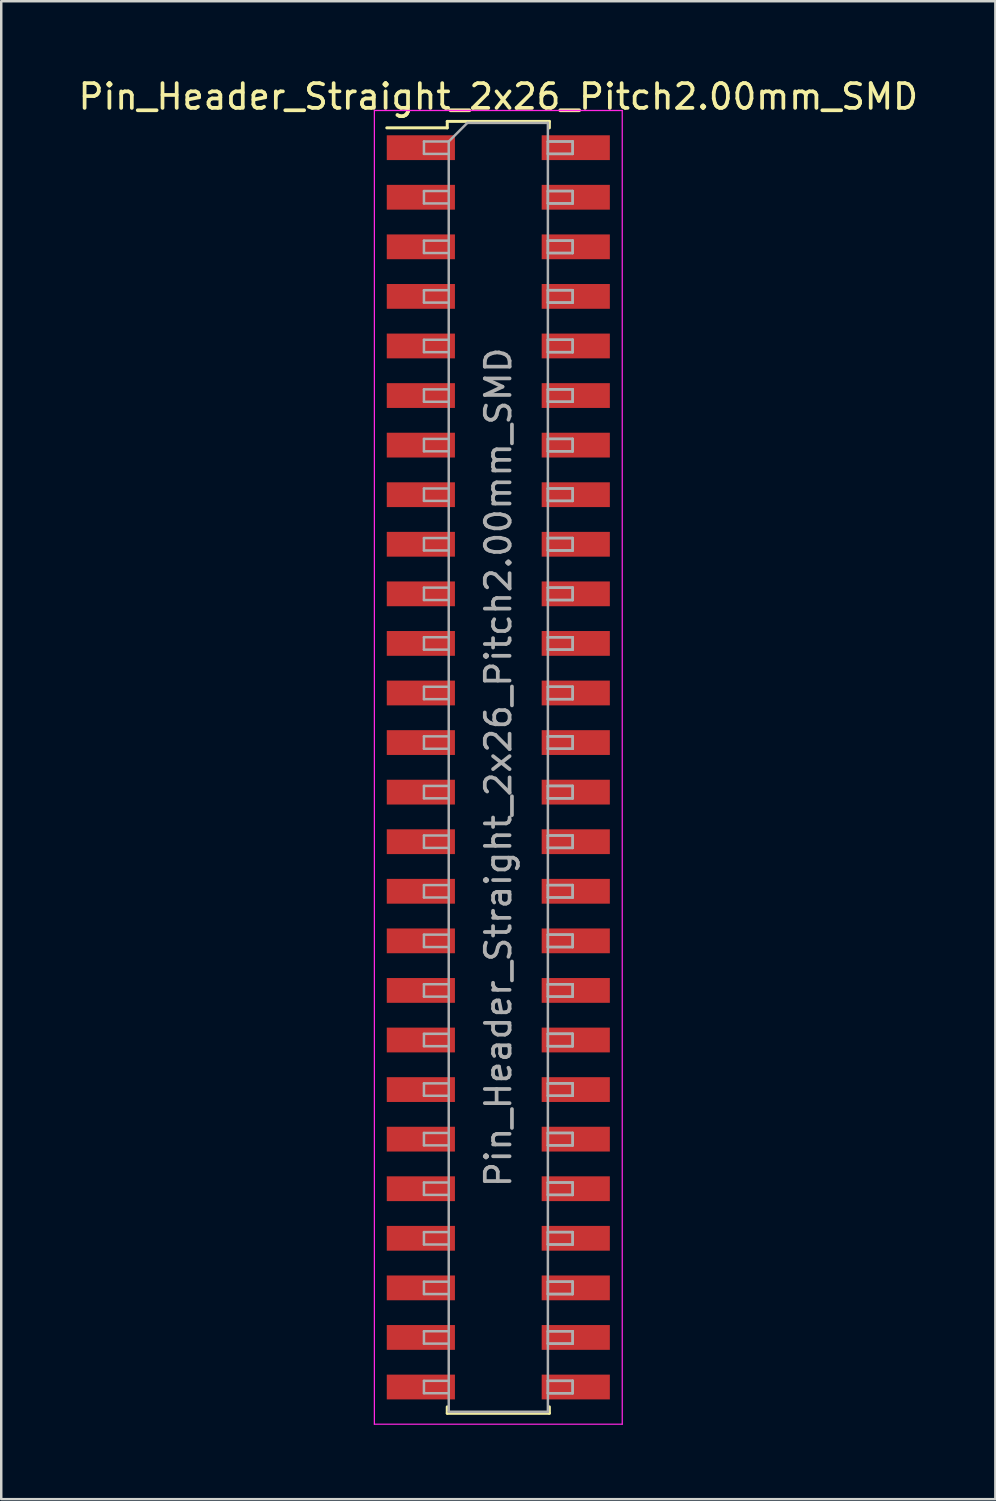
<source format=kicad_pcb>
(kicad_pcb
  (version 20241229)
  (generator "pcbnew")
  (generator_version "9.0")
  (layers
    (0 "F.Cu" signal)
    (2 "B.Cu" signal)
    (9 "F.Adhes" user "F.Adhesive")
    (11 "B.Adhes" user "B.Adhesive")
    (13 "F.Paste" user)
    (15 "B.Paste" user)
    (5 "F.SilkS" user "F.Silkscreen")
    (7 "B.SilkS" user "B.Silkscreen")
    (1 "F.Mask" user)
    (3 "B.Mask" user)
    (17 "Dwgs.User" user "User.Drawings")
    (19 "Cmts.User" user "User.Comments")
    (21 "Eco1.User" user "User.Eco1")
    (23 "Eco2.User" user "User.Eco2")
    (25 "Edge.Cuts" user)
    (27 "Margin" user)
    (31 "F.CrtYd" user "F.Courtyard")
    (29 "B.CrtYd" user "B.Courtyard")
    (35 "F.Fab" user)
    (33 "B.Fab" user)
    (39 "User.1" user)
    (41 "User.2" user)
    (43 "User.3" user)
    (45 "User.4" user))
  (footprint "Pin_Header_Straight_2x26_Pitch2.00mm_SMD"
    (layer "F.Cu")
    (at 17.054 27.908)
    (property "Reference" "Pin_Header_Straight_2x26_Pitch2.00mm_SMD" (at 0 -27.06 0) (layer "F.SilkS") (effects (font (size 1 1) (thickness 0.15))))
    (attr smd)
    (fp_line (start -4.5 -25.8) (end -2.06 -25.8) (stroke (width 0.12) (type solid)) (layer "F.SilkS"))
    (fp_line (start -2.06 -26.06) (end 2.06 -26.06) (stroke (width 0.12) (type solid)) (layer "F.SilkS"))
    (fp_line (start -2.06 -25.8) (end -2.06 -26.06) (stroke (width 0.12) (type solid)) (layer "F.SilkS"))
    (fp_line (start -2.06 25.8) (end -2.06 26.06) (stroke (width 0.12) (type solid)) (layer "F.SilkS"))
    (fp_line (start -2.06 26.06) (end 2.06 26.06) (stroke (width 0.12) (type solid)) (layer "F.SilkS"))
    (fp_line (start 2.06 -26.06) (end 2.06 -25.8) (stroke (width 0.12) (type solid)) (layer "F.SilkS"))
    (fp_line (start 2.06 26.06) (end 2.06 25.8) (stroke (width 0.12) (type solid)) (layer "F.SilkS"))
    (fp_line (start -5 -26.5) (end -5 26.5) (stroke (width 0.05) (type solid)) (layer "F.CrtYd"))
    (fp_line (start -5 26.5) (end 5 26.5) (stroke (width 0.05) (type solid)) (layer "F.CrtYd"))
    (fp_line (start 5 -26.5) (end -5 -26.5) (stroke (width 0.05) (type solid)) (layer "F.CrtYd"))
    (fp_line (start 5 26.5) (end 5 -26.5) (stroke (width 0.05) (type solid)) (layer "F.CrtYd"))
    (fp_line (start -3 -25.25) (end -3 -24.75) (stroke (width 0.1) (type solid)) (layer "F.Fab"))
    (fp_line (start -3 -24.75) (end -2 -24.75) (stroke (width 0.1) (type solid)) (layer "F.Fab"))
    (fp_line (start -3 -23.25) (end -3 -22.75) (stroke (width 0.1) (type solid)) (layer "F.Fab"))
    (fp_line (start -3 -22.75) (end -2 -22.75) (stroke (width 0.1) (type solid)) (layer "F.Fab"))
    (fp_line (start -3 -21.25) (end -3 -20.75) (stroke (width 0.1) (type solid)) (layer "F.Fab"))
    (fp_line (start -3 -20.75) (end -2 -20.75) (stroke (width 0.1) (type solid)) (layer "F.Fab"))
    (fp_line (start -3 -19.25) (end -3 -18.75) (stroke (width 0.1) (type solid)) (layer "F.Fab"))
    (fp_line (start -3 -18.75) (end -2 -18.75) (stroke (width 0.1) (type solid)) (layer "F.Fab"))
    (fp_line (start -3 -17.25) (end -3 -16.75) (stroke (width 0.1) (type solid)) (layer "F.Fab"))
    (fp_line (start -3 -16.75) (end -2 -16.75) (stroke (width 0.1) (type solid)) (layer "F.Fab"))
    (fp_line (start -3 -15.25) (end -3 -14.75) (stroke (width 0.1) (type solid)) (layer "F.Fab"))
    (fp_line (start -3 -14.75) (end -2 -14.75) (stroke (width 0.1) (type solid)) (layer "F.Fab"))
    (fp_line (start -3 -13.25) (end -3 -12.75) (stroke (width 0.1) (type solid)) (layer "F.Fab"))
    (fp_line (start -3 -12.75) (end -2 -12.75) (stroke (width 0.1) (type solid)) (layer "F.Fab"))
    (fp_line (start -3 -11.25) (end -3 -10.75) (stroke (width 0.1) (type solid)) (layer "F.Fab"))
    (fp_line (start -3 -10.75) (end -2 -10.75) (stroke (width 0.1) (type solid)) (layer "F.Fab"))
    (fp_line (start -3 -9.25) (end -3 -8.75) (stroke (width 0.1) (type solid)) (layer "F.Fab"))
    (fp_line (start -3 -8.75) (end -2 -8.75) (stroke (width 0.1) (type solid)) (layer "F.Fab"))
    (fp_line (start -3 -7.25) (end -3 -6.75) (stroke (width 0.1) (type solid)) (layer "F.Fab"))
    (fp_line (start -3 -6.75) (end -2 -6.75) (stroke (width 0.1) (type solid)) (layer "F.Fab"))
    (fp_line (start -3 -5.25) (end -3 -4.75) (stroke (width 0.1) (type solid)) (layer "F.Fab"))
    (fp_line (start -3 -4.75) (end -2 -4.75) (stroke (width 0.1) (type solid)) (layer "F.Fab"))
    (fp_line (start -3 -3.25) (end -3 -2.75) (stroke (width 0.1) (type solid)) (layer "F.Fab"))
    (fp_line (start -3 -2.75) (end -2 -2.75) (stroke (width 0.1) (type solid)) (layer "F.Fab"))
    (fp_line (start -3 -1.25) (end -3 -0.75) (stroke (width 0.1) (type solid)) (layer "F.Fab"))
    (fp_line (start -3 -0.75) (end -2 -0.75) (stroke (width 0.1) (type solid)) (layer "F.Fab"))
    (fp_line (start -3 0.75) (end -3 1.25) (stroke (width 0.1) (type solid)) (layer "F.Fab"))
    (fp_line (start -3 1.25) (end -2 1.25) (stroke (width 0.1) (type solid)) (layer "F.Fab"))
    (fp_line (start -3 2.75) (end -3 3.25) (stroke (width 0.1) (type solid)) (layer "F.Fab"))
    (fp_line (start -3 3.25) (end -2 3.25) (stroke (width 0.1) (type solid)) (layer "F.Fab"))
    (fp_line (start -3 4.75) (end -3 5.25) (stroke (width 0.1) (type solid)) (layer "F.Fab"))
    (fp_line (start -3 5.25) (end -2 5.25) (stroke (width 0.1) (type solid)) (layer "F.Fab"))
    (fp_line (start -3 6.75) (end -3 7.25) (stroke (width 0.1) (type solid)) (layer "F.Fab"))
    (fp_line (start -3 7.25) (end -2 7.25) (stroke (width 0.1) (type solid)) (layer "F.Fab"))
    (fp_line (start -3 8.75) (end -3 9.25) (stroke (width 0.1) (type solid)) (layer "F.Fab"))
    (fp_line (start -3 9.25) (end -2 9.25) (stroke (width 0.1) (type solid)) (layer "F.Fab"))
    (fp_line (start -3 10.75) (end -3 11.25) (stroke (width 0.1) (type solid)) (layer "F.Fab"))
    (fp_line (start -3 11.25) (end -2 11.25) (stroke (width 0.1) (type solid)) (layer "F.Fab"))
    (fp_line (start -3 12.75) (end -3 13.25) (stroke (width 0.1) (type solid)) (layer "F.Fab"))
    (fp_line (start -3 13.25) (end -2 13.25) (stroke (width 0.1) (type solid)) (layer "F.Fab"))
    (fp_line (start -3 14.75) (end -3 15.25) (stroke (width 0.1) (type solid)) (layer "F.Fab"))
    (fp_line (start -3 15.25) (end -2 15.25) (stroke (width 0.1) (type solid)) (layer "F.Fab"))
    (fp_line (start -3 16.75) (end -3 17.25) (stroke (width 0.1) (type solid)) (layer "F.Fab"))
    (fp_line (start -3 17.25) (end -2 17.25) (stroke (width 0.1) (type solid)) (layer "F.Fab"))
    (fp_line (start -3 18.75) (end -3 19.25) (stroke (width 0.1) (type solid)) (layer "F.Fab"))
    (fp_line (start -3 19.25) (end -2 19.25) (stroke (width 0.1) (type solid)) (layer "F.Fab"))
    (fp_line (start -3 20.75) (end -3 21.25) (stroke (width 0.1) (type solid)) (layer "F.Fab"))
    (fp_line (start -3 21.25) (end -2 21.25) (stroke (width 0.1) (type solid)) (layer "F.Fab"))
    (fp_line (start -3 22.75) (end -3 23.25) (stroke (width 0.1) (type solid)) (layer "F.Fab"))
    (fp_line (start -3 23.25) (end -2 23.25) (stroke (width 0.1) (type solid)) (layer "F.Fab"))
    (fp_line (start -3 24.75) (end -3 25.25) (stroke (width 0.1) (type solid)) (layer "F.Fab"))
    (fp_line (start -3 25.25) (end -2 25.25) (stroke (width 0.1) (type solid)) (layer "F.Fab"))
    (fp_line (start -2 -25.25) (end -3 -25.25) (stroke (width 0.1) (type solid)) (layer "F.Fab"))
    (fp_line (start -2 -25.25) (end -1.25 -26) (stroke (width 0.1) (type solid)) (layer "F.Fab"))
    (fp_line (start -2 -23.25) (end -3 -23.25) (stroke (width 0.1) (type solid)) (layer "F.Fab"))
    (fp_line (start -2 -21.25) (end -3 -21.25) (stroke (width 0.1) (type solid)) (layer "F.Fab"))
    (fp_line (start -2 -19.25) (end -3 -19.25) (stroke (width 0.1) (type solid)) (layer "F.Fab"))
    (fp_line (start -2 -17.25) (end -3 -17.25) (stroke (width 0.1) (type solid)) (layer "F.Fab"))
    (fp_line (start -2 -15.25) (end -3 -15.25) (stroke (width 0.1) (type solid)) (layer "F.Fab"))
    (fp_line (start -2 -13.25) (end -3 -13.25) (stroke (width 0.1) (type solid)) (layer "F.Fab"))
    (fp_line (start -2 -11.25) (end -3 -11.25) (stroke (width 0.1) (type solid)) (layer "F.Fab"))
    (fp_line (start -2 -9.25) (end -3 -9.25) (stroke (width 0.1) (type solid)) (layer "F.Fab"))
    (fp_line (start -2 -7.25) (end -3 -7.25) (stroke (width 0.1) (type solid)) (layer "F.Fab"))
    (fp_line (start -2 -5.25) (end -3 -5.25) (stroke (width 0.1) (type solid)) (layer "F.Fab"))
    (fp_line (start -2 -3.25) (end -3 -3.25) (stroke (width 0.1) (type solid)) (layer "F.Fab"))
    (fp_line (start -2 -1.25) (end -3 -1.25) (stroke (width 0.1) (type solid)) (layer "F.Fab"))
    (fp_line (start -2 0.75) (end -3 0.75) (stroke (width 0.1) (type solid)) (layer "F.Fab"))
    (fp_line (start -2 2.75) (end -3 2.75) (stroke (width 0.1) (type solid)) (layer "F.Fab"))
    (fp_line (start -2 4.75) (end -3 4.75) (stroke (width 0.1) (type solid)) (layer "F.Fab"))
    (fp_line (start -2 6.75) (end -3 6.75) (stroke (width 0.1) (type solid)) (layer "F.Fab"))
    (fp_line (start -2 8.75) (end -3 8.75) (stroke (width 0.1) (type solid)) (layer "F.Fab"))
    (fp_line (start -2 10.75) (end -3 10.75) (stroke (width 0.1) (type solid)) (layer "F.Fab"))
    (fp_line (start -2 12.75) (end -3 12.75) (stroke (width 0.1) (type solid)) (layer "F.Fab"))
    (fp_line (start -2 14.75) (end -3 14.75) (stroke (width 0.1) (type solid)) (layer "F.Fab"))
    (fp_line (start -2 16.75) (end -3 16.75) (stroke (width 0.1) (type solid)) (layer "F.Fab"))
    (fp_line (start -2 18.75) (end -3 18.75) (stroke (width 0.1) (type solid)) (layer "F.Fab"))
    (fp_line (start -2 20.75) (end -3 20.75) (stroke (width 0.1) (type solid)) (layer "F.Fab"))
    (fp_line (start -2 22.75) (end -3 22.75) (stroke (width 0.1) (type solid)) (layer "F.Fab"))
    (fp_line (start -2 24.75) (end -3 24.75) (stroke (width 0.1) (type solid)) (layer "F.Fab"))
    (fp_line (start -2 26) (end -2 -25.25) (stroke (width 0.1) (type solid)) (layer "F.Fab"))
    (fp_line (start -1.25 -26) (end 2 -26) (stroke (width 0.1) (type solid)) (layer "F.Fab"))
    (fp_line (start 2 -26) (end 2 26) (stroke (width 0.1) (type solid)) (layer "F.Fab"))
    (fp_line (start 2 -25.25) (end 2 -24.75) (stroke (width 0.1) (type solid)) (layer "F.Fab"))
    (fp_line (start 2 -25.25) (end 3 -25.25) (stroke (width 0.1) (type solid)) (layer "F.Fab"))
    (fp_line (start 2 -24.75) (end 3 -24.75) (stroke (width 0.1) (type solid)) (layer "F.Fab"))
    (fp_line (start 2 -23.25) (end 2 -22.75) (stroke (width 0.1) (type solid)) (layer "F.Fab"))
    (fp_line (start 2 -23.25) (end 3 -23.25) (stroke (width 0.1) (type solid)) (layer "F.Fab"))
    (fp_line (start 2 -22.75) (end 3 -22.75) (stroke (width 0.1) (type solid)) (layer "F.Fab"))
    (fp_line (start 2 -21.25) (end 2 -20.75) (stroke (width 0.1) (type solid)) (layer "F.Fab"))
    (fp_line (start 2 -21.25) (end 3 -21.25) (stroke (width 0.1) (type solid)) (layer "F.Fab"))
    (fp_line (start 2 -20.75) (end 3 -20.75) (stroke (width 0.1) (type solid)) (layer "F.Fab"))
    (fp_line (start 2 -19.25) (end 2 -18.75) (stroke (width 0.1) (type solid)) (layer "F.Fab"))
    (fp_line (start 2 -19.25) (end 3 -19.25) (stroke (width 0.1) (type solid)) (layer "F.Fab"))
    (fp_line (start 2 -18.75) (end 3 -18.75) (stroke (width 0.1) (type solid)) (layer "F.Fab"))
    (fp_line (start 2 -17.25) (end 2 -16.75) (stroke (width 0.1) (type solid)) (layer "F.Fab"))
    (fp_line (start 2 -17.25) (end 3 -17.25) (stroke (width 0.1) (type solid)) (layer "F.Fab"))
    (fp_line (start 2 -16.75) (end 3 -16.75) (stroke (width 0.1) (type solid)) (layer "F.Fab"))
    (fp_line (start 2 -15.25) (end 2 -14.75) (stroke (width 0.1) (type solid)) (layer "F.Fab"))
    (fp_line (start 2 -15.25) (end 3 -15.25) (stroke (width 0.1) (type solid)) (layer "F.Fab"))
    (fp_line (start 2 -14.75) (end 3 -14.75) (stroke (width 0.1) (type solid)) (layer "F.Fab"))
    (fp_line (start 2 -13.25) (end 2 -12.75) (stroke (width 0.1) (type solid)) (layer "F.Fab"))
    (fp_line (start 2 -13.25) (end 3 -13.25) (stroke (width 0.1) (type solid)) (layer "F.Fab"))
    (fp_line (start 2 -12.75) (end 3 -12.75) (stroke (width 0.1) (type solid)) (layer "F.Fab"))
    (fp_line (start 2 -11.25) (end 2 -10.75) (stroke (width 0.1) (type solid)) (layer "F.Fab"))
    (fp_line (start 2 -11.25) (end 3 -11.25) (stroke (width 0.1) (type solid)) (layer "F.Fab"))
    (fp_line (start 2 -10.75) (end 3 -10.75) (stroke (width 0.1) (type solid)) (layer "F.Fab"))
    (fp_line (start 2 -9.25) (end 2 -8.75) (stroke (width 0.1) (type solid)) (layer "F.Fab"))
    (fp_line (start 2 -9.25) (end 3 -9.25) (stroke (width 0.1) (type solid)) (layer "F.Fab"))
    (fp_line (start 2 -8.75) (end 3 -8.75) (stroke (width 0.1) (type solid)) (layer "F.Fab"))
    (fp_line (start 2 -7.25) (end 2 -6.75) (stroke (width 0.1) (type solid)) (layer "F.Fab"))
    (fp_line (start 2 -7.25) (end 3 -7.25) (stroke (width 0.1) (type solid)) (layer "F.Fab"))
    (fp_line (start 2 -6.75) (end 3 -6.75) (stroke (width 0.1) (type solid)) (layer "F.Fab"))
    (fp_line (start 2 -5.25) (end 2 -4.75) (stroke (width 0.1) (type solid)) (layer "F.Fab"))
    (fp_line (start 2 -5.25) (end 3 -5.25) (stroke (width 0.1) (type solid)) (layer "F.Fab"))
    (fp_line (start 2 -4.75) (end 3 -4.75) (stroke (width 0.1) (type solid)) (layer "F.Fab"))
    (fp_line (start 2 -3.25) (end 2 -2.75) (stroke (width 0.1) (type solid)) (layer "F.Fab"))
    (fp_line (start 2 -3.25) (end 3 -3.25) (stroke (width 0.1) (type solid)) (layer "F.Fab"))
    (fp_line (start 2 -2.75) (end 3 -2.75) (stroke (width 0.1) (type solid)) (layer "F.Fab"))
    (fp_line (start 2 -1.25) (end 2 -0.75) (stroke (width 0.1) (type solid)) (layer "F.Fab"))
    (fp_line (start 2 -1.25) (end 3 -1.25) (stroke (width 0.1) (type solid)) (layer "F.Fab"))
    (fp_line (start 2 -0.75) (end 3 -0.75) (stroke (width 0.1) (type solid)) (layer "F.Fab"))
    (fp_line (start 2 0.75) (end 2 1.25) (stroke (width 0.1) (type solid)) (layer "F.Fab"))
    (fp_line (start 2 0.75) (end 3 0.75) (stroke (width 0.1) (type solid)) (layer "F.Fab"))
    (fp_line (start 2 1.25) (end 3 1.25) (stroke (width 0.1) (type solid)) (layer "F.Fab"))
    (fp_line (start 2 2.75) (end 2 3.25) (stroke (width 0.1) (type solid)) (layer "F.Fab"))
    (fp_line (start 2 2.75) (end 3 2.75) (stroke (width 0.1) (type solid)) (layer "F.Fab"))
    (fp_line (start 2 3.25) (end 3 3.25) (stroke (width 0.1) (type solid)) (layer "F.Fab"))
    (fp_line (start 2 4.75) (end 2 5.25) (stroke (width 0.1) (type solid)) (layer "F.Fab"))
    (fp_line (start 2 4.75) (end 3 4.75) (stroke (width 0.1) (type solid)) (layer "F.Fab"))
    (fp_line (start 2 5.25) (end 3 5.25) (stroke (width 0.1) (type solid)) (layer "F.Fab"))
    (fp_line (start 2 6.75) (end 2 7.25) (stroke (width 0.1) (type solid)) (layer "F.Fab"))
    (fp_line (start 2 6.75) (end 3 6.75) (stroke (width 0.1) (type solid)) (layer "F.Fab"))
    (fp_line (start 2 7.25) (end 3 7.25) (stroke (width 0.1) (type solid)) (layer "F.Fab"))
    (fp_line (start 2 8.75) (end 2 9.25) (stroke (width 0.1) (type solid)) (layer "F.Fab"))
    (fp_line (start 2 8.75) (end 3 8.75) (stroke (width 0.1) (type solid)) (layer "F.Fab"))
    (fp_line (start 2 9.25) (end 3 9.25) (stroke (width 0.1) (type solid)) (layer "F.Fab"))
    (fp_line (start 2 10.75) (end 2 11.25) (stroke (width 0.1) (type solid)) (layer "F.Fab"))
    (fp_line (start 2 10.75) (end 3 10.75) (stroke (width 0.1) (type solid)) (layer "F.Fab"))
    (fp_line (start 2 11.25) (end 3 11.25) (stroke (width 0.1) (type solid)) (layer "F.Fab"))
    (fp_line (start 2 12.75) (end 2 13.25) (stroke (width 0.1) (type solid)) (layer "F.Fab"))
    (fp_line (start 2 12.75) (end 3 12.75) (stroke (width 0.1) (type solid)) (layer "F.Fab"))
    (fp_line (start 2 13.25) (end 3 13.25) (stroke (width 0.1) (type solid)) (layer "F.Fab"))
    (fp_line (start 2 14.75) (end 2 15.25) (stroke (width 0.1) (type solid)) (layer "F.Fab"))
    (fp_line (start 2 14.75) (end 3 14.75) (stroke (width 0.1) (type solid)) (layer "F.Fab"))
    (fp_line (start 2 15.25) (end 3 15.25) (stroke (width 0.1) (type solid)) (layer "F.Fab"))
    (fp_line (start 2 16.75) (end 2 17.25) (stroke (width 0.1) (type solid)) (layer "F.Fab"))
    (fp_line (start 2 16.75) (end 3 16.75) (stroke (width 0.1) (type solid)) (layer "F.Fab"))
    (fp_line (start 2 17.25) (end 3 17.25) (stroke (width 0.1) (type solid)) (layer "F.Fab"))
    (fp_line (start 2 18.75) (end 2 19.25) (stroke (width 0.1) (type solid)) (layer "F.Fab"))
    (fp_line (start 2 18.75) (end 3 18.75) (stroke (width 0.1) (type solid)) (layer "F.Fab"))
    (fp_line (start 2 19.25) (end 3 19.25) (stroke (width 0.1) (type solid)) (layer "F.Fab"))
    (fp_line (start 2 20.75) (end 2 21.25) (stroke (width 0.1) (type solid)) (layer "F.Fab"))
    (fp_line (start 2 20.75) (end 3 20.75) (stroke (width 0.1) (type solid)) (layer "F.Fab"))
    (fp_line (start 2 21.25) (end 3 21.25) (stroke (width 0.1) (type solid)) (layer "F.Fab"))
    (fp_line (start 2 22.75) (end 2 23.25) (stroke (width 0.1) (type solid)) (layer "F.Fab"))
    (fp_line (start 2 22.75) (end 3 22.75) (stroke (width 0.1) (type solid)) (layer "F.Fab"))
    (fp_line (start 2 23.25) (end 3 23.25) (stroke (width 0.1) (type solid)) (layer "F.Fab"))
    (fp_line (start 2 24.75) (end 2 25.25) (stroke (width 0.1) (type solid)) (layer "F.Fab"))
    (fp_line (start 2 24.75) (end 3 24.75) (stroke (width 0.1) (type solid)) (layer "F.Fab"))
    (fp_line (start 2 25.25) (end 3 25.25) (stroke (width 0.1) (type solid)) (layer "F.Fab"))
    (fp_line (start 2 26) (end -2 26) (stroke (width 0.1) (type solid)) (layer "F.Fab"))
    (fp_line (start 3 -25.25) (end 2 -25.25) (stroke (width 0.1) (type solid)) (layer "F.Fab"))
    (fp_line (start 3 -25.25) (end 3 -24.75) (stroke (width 0.1) (type solid)) (layer "F.Fab"))
    (fp_line (start 3 -24.75) (end 2 -24.75) (stroke (width 0.1) (type solid)) (layer "F.Fab"))
    (fp_line (start 3 -24.75) (end 3 -25.25) (stroke (width 0.1) (type solid)) (layer "F.Fab"))
    (fp_line (start 3 -23.25) (end 2 -23.25) (stroke (width 0.1) (type solid)) (layer "F.Fab"))
    (fp_line (start 3 -23.25) (end 3 -22.75) (stroke (width 0.1) (type solid)) (layer "F.Fab"))
    (fp_line (start 3 -22.75) (end 2 -22.75) (stroke (width 0.1) (type solid)) (layer "F.Fab"))
    (fp_line (start 3 -22.75) (end 3 -23.25) (stroke (width 0.1) (type solid)) (layer "F.Fab"))
    (fp_line (start 3 -21.25) (end 2 -21.25) (stroke (width 0.1) (type solid)) (layer "F.Fab"))
    (fp_line (start 3 -21.25) (end 3 -20.75) (stroke (width 0.1) (type solid)) (layer "F.Fab"))
    (fp_line (start 3 -20.75) (end 2 -20.75) (stroke (width 0.1) (type solid)) (layer "F.Fab"))
    (fp_line (start 3 -20.75) (end 3 -21.25) (stroke (width 0.1) (type solid)) (layer "F.Fab"))
    (fp_line (start 3 -19.25) (end 2 -19.25) (stroke (width 0.1) (type solid)) (layer "F.Fab"))
    (fp_line (start 3 -19.25) (end 3 -18.75) (stroke (width 0.1) (type solid)) (layer "F.Fab"))
    (fp_line (start 3 -18.75) (end 2 -18.75) (stroke (width 0.1) (type solid)) (layer "F.Fab"))
    (fp_line (start 3 -18.75) (end 3 -19.25) (stroke (width 0.1) (type solid)) (layer "F.Fab"))
    (fp_line (start 3 -17.25) (end 2 -17.25) (stroke (width 0.1) (type solid)) (layer "F.Fab"))
    (fp_line (start 3 -17.25) (end 3 -16.75) (stroke (width 0.1) (type solid)) (layer "F.Fab"))
    (fp_line (start 3 -16.75) (end 2 -16.75) (stroke (width 0.1) (type solid)) (layer "F.Fab"))
    (fp_line (start 3 -16.75) (end 3 -17.25) (stroke (width 0.1) (type solid)) (layer "F.Fab"))
    (fp_line (start 3 -15.25) (end 2 -15.25) (stroke (width 0.1) (type solid)) (layer "F.Fab"))
    (fp_line (start 3 -15.25) (end 3 -14.75) (stroke (width 0.1) (type solid)) (layer "F.Fab"))
    (fp_line (start 3 -14.75) (end 2 -14.75) (stroke (width 0.1) (type solid)) (layer "F.Fab"))
    (fp_line (start 3 -14.75) (end 3 -15.25) (stroke (width 0.1) (type solid)) (layer "F.Fab"))
    (fp_line (start 3 -13.25) (end 2 -13.25) (stroke (width 0.1) (type solid)) (layer "F.Fab"))
    (fp_line (start 3 -13.25) (end 3 -12.75) (stroke (width 0.1) (type solid)) (layer "F.Fab"))
    (fp_line (start 3 -12.75) (end 2 -12.75) (stroke (width 0.1) (type solid)) (layer "F.Fab"))
    (fp_line (start 3 -12.75) (end 3 -13.25) (stroke (width 0.1) (type solid)) (layer "F.Fab"))
    (fp_line (start 3 -11.25) (end 2 -11.25) (stroke (width 0.1) (type solid)) (layer "F.Fab"))
    (fp_line (start 3 -11.25) (end 3 -10.75) (stroke (width 0.1) (type solid)) (layer "F.Fab"))
    (fp_line (start 3 -10.75) (end 2 -10.75) (stroke (width 0.1) (type solid)) (layer "F.Fab"))
    (fp_line (start 3 -10.75) (end 3 -11.25) (stroke (width 0.1) (type solid)) (layer "F.Fab"))
    (fp_line (start 3 -9.25) (end 2 -9.25) (stroke (width 0.1) (type solid)) (layer "F.Fab"))
    (fp_line (start 3 -9.25) (end 3 -8.75) (stroke (width 0.1) (type solid)) (layer "F.Fab"))
    (fp_line (start 3 -8.75) (end 2 -8.75) (stroke (width 0.1) (type solid)) (layer "F.Fab"))
    (fp_line (start 3 -8.75) (end 3 -9.25) (stroke (width 0.1) (type solid)) (layer "F.Fab"))
    (fp_line (start 3 -7.25) (end 2 -7.25) (stroke (width 0.1) (type solid)) (layer "F.Fab"))
    (fp_line (start 3 -7.25) (end 3 -6.75) (stroke (width 0.1) (type solid)) (layer "F.Fab"))
    (fp_line (start 3 -6.75) (end 2 -6.75) (stroke (width 0.1) (type solid)) (layer "F.Fab"))
    (fp_line (start 3 -6.75) (end 3 -7.25) (stroke (width 0.1) (type solid)) (layer "F.Fab"))
    (fp_line (start 3 -5.25) (end 2 -5.25) (stroke (width 0.1) (type solid)) (layer "F.Fab"))
    (fp_line (start 3 -5.25) (end 3 -4.75) (stroke (width 0.1) (type solid)) (layer "F.Fab"))
    (fp_line (start 3 -4.75) (end 2 -4.75) (stroke (width 0.1) (type solid)) (layer "F.Fab"))
    (fp_line (start 3 -4.75) (end 3 -5.25) (stroke (width 0.1) (type solid)) (layer "F.Fab"))
    (fp_line (start 3 -3.25) (end 2 -3.25) (stroke (width 0.1) (type solid)) (layer "F.Fab"))
    (fp_line (start 3 -3.25) (end 3 -2.75) (stroke (width 0.1) (type solid)) (layer "F.Fab"))
    (fp_line (start 3 -2.75) (end 2 -2.75) (stroke (width 0.1) (type solid)) (layer "F.Fab"))
    (fp_line (start 3 -2.75) (end 3 -3.25) (stroke (width 0.1) (type solid)) (layer "F.Fab"))
    (fp_line (start 3 -1.25) (end 2 -1.25) (stroke (width 0.1) (type solid)) (layer "F.Fab"))
    (fp_line (start 3 -1.25) (end 3 -0.75) (stroke (width 0.1) (type solid)) (layer "F.Fab"))
    (fp_line (start 3 -0.75) (end 2 -0.75) (stroke (width 0.1) (type solid)) (layer "F.Fab"))
    (fp_line (start 3 -0.75) (end 3 -1.25) (stroke (width 0.1) (type solid)) (layer "F.Fab"))
    (fp_line (start 3 0.75) (end 2 0.75) (stroke (width 0.1) (type solid)) (layer "F.Fab"))
    (fp_line (start 3 0.75) (end 3 1.25) (stroke (width 0.1) (type solid)) (layer "F.Fab"))
    (fp_line (start 3 1.25) (end 2 1.25) (stroke (width 0.1) (type solid)) (layer "F.Fab"))
    (fp_line (start 3 1.25) (end 3 0.75) (stroke (width 0.1) (type solid)) (layer "F.Fab"))
    (fp_line (start 3 2.75) (end 2 2.75) (stroke (width 0.1) (type solid)) (layer "F.Fab"))
    (fp_line (start 3 2.75) (end 3 3.25) (stroke (width 0.1) (type solid)) (layer "F.Fab"))
    (fp_line (start 3 3.25) (end 2 3.25) (stroke (width 0.1) (type solid)) (layer "F.Fab"))
    (fp_line (start 3 3.25) (end 3 2.75) (stroke (width 0.1) (type solid)) (layer "F.Fab"))
    (fp_line (start 3 4.75) (end 2 4.75) (stroke (width 0.1) (type solid)) (layer "F.Fab"))
    (fp_line (start 3 4.75) (end 3 5.25) (stroke (width 0.1) (type solid)) (layer "F.Fab"))
    (fp_line (start 3 5.25) (end 2 5.25) (stroke (width 0.1) (type solid)) (layer "F.Fab"))
    (fp_line (start 3 5.25) (end 3 4.75) (stroke (width 0.1) (type solid)) (layer "F.Fab"))
    (fp_line (start 3 6.75) (end 2 6.75) (stroke (width 0.1) (type solid)) (layer "F.Fab"))
    (fp_line (start 3 6.75) (end 3 7.25) (stroke (width 0.1) (type solid)) (layer "F.Fab"))
    (fp_line (start 3 7.25) (end 2 7.25) (stroke (width 0.1) (type solid)) (layer "F.Fab"))
    (fp_line (start 3 7.25) (end 3 6.75) (stroke (width 0.1) (type solid)) (layer "F.Fab"))
    (fp_line (start 3 8.75) (end 2 8.75) (stroke (width 0.1) (type solid)) (layer "F.Fab"))
    (fp_line (start 3 8.75) (end 3 9.25) (stroke (width 0.1) (type solid)) (layer "F.Fab"))
    (fp_line (start 3 9.25) (end 2 9.25) (stroke (width 0.1) (type solid)) (layer "F.Fab"))
    (fp_line (start 3 9.25) (end 3 8.75) (stroke (width 0.1) (type solid)) (layer "F.Fab"))
    (fp_line (start 3 10.75) (end 2 10.75) (stroke (width 0.1) (type solid)) (layer "F.Fab"))
    (fp_line (start 3 10.75) (end 3 11.25) (stroke (width 0.1) (type solid)) (layer "F.Fab"))
    (fp_line (start 3 11.25) (end 2 11.25) (stroke (width 0.1) (type solid)) (layer "F.Fab"))
    (fp_line (start 3 11.25) (end 3 10.75) (stroke (width 0.1) (type solid)) (layer "F.Fab"))
    (fp_line (start 3 12.75) (end 2 12.75) (stroke (width 0.1) (type solid)) (layer "F.Fab"))
    (fp_line (start 3 12.75) (end 3 13.25) (stroke (width 0.1) (type solid)) (layer "F.Fab"))
    (fp_line (start 3 13.25) (end 2 13.25) (stroke (width 0.1) (type solid)) (layer "F.Fab"))
    (fp_line (start 3 13.25) (end 3 12.75) (stroke (width 0.1) (type solid)) (layer "F.Fab"))
    (fp_line (start 3 14.75) (end 2 14.75) (stroke (width 0.1) (type solid)) (layer "F.Fab"))
    (fp_line (start 3 14.75) (end 3 15.25) (stroke (width 0.1) (type solid)) (layer "F.Fab"))
    (fp_line (start 3 15.25) (end 2 15.25) (stroke (width 0.1) (type solid)) (layer "F.Fab"))
    (fp_line (start 3 15.25) (end 3 14.75) (stroke (width 0.1) (type solid)) (layer "F.Fab"))
    (fp_line (start 3 16.75) (end 2 16.75) (stroke (width 0.1) (type solid)) (layer "F.Fab"))
    (fp_line (start 3 16.75) (end 3 17.25) (stroke (width 0.1) (type solid)) (layer "F.Fab"))
    (fp_line (start 3 17.25) (end 2 17.25) (stroke (width 0.1) (type solid)) (layer "F.Fab"))
    (fp_line (start 3 17.25) (end 3 16.75) (stroke (width 0.1) (type solid)) (layer "F.Fab"))
    (fp_line (start 3 18.75) (end 2 18.75) (stroke (width 0.1) (type solid)) (layer "F.Fab"))
    (fp_line (start 3 18.75) (end 3 19.25) (stroke (width 0.1) (type solid)) (layer "F.Fab"))
    (fp_line (start 3 19.25) (end 2 19.25) (stroke (width 0.1) (type solid)) (layer "F.Fab"))
    (fp_line (start 3 19.25) (end 3 18.75) (stroke (width 0.1) (type solid)) (layer "F.Fab"))
    (fp_line (start 3 20.75) (end 2 20.75) (stroke (width 0.1) (type solid)) (layer "F.Fab"))
    (fp_line (start 3 20.75) (end 3 21.25) (stroke (width 0.1) (type solid)) (layer "F.Fab"))
    (fp_line (start 3 21.25) (end 2 21.25) (stroke (width 0.1) (type solid)) (layer "F.Fab"))
    (fp_line (start 3 21.25) (end 3 20.75) (stroke (width 0.1) (type solid)) (layer "F.Fab"))
    (fp_line (start 3 22.75) (end 2 22.75) (stroke (width 0.1) (type solid)) (layer "F.Fab"))
    (fp_line (start 3 22.75) (end 3 23.25) (stroke (width 0.1) (type solid)) (layer "F.Fab"))
    (fp_line (start 3 23.25) (end 2 23.25) (stroke (width 0.1) (type solid)) (layer "F.Fab"))
    (fp_line (start 3 23.25) (end 3 22.75) (stroke (width 0.1) (type solid)) (layer "F.Fab"))
    (fp_line (start 3 24.75) (end 2 24.75) (stroke (width 0.1) (type solid)) (layer "F.Fab"))
    (fp_line (start 3 24.75) (end 3 25.25) (stroke (width 0.1) (type solid)) (layer "F.Fab"))
    (fp_line (start 3 25.25) (end 2 25.25) (stroke (width 0.1) (type solid)) (layer "F.Fab"))
    (fp_line (start 3 25.25) (end 3 24.75) (stroke (width 0.1) (type solid)) (layer "F.Fab"))
    (fp_text user "${REFERENCE}" (at 0 0 90) (layer "F.Fab") (effects (font (size 1 1) (thickness 0.15))))
    (pad "1" smd rect (at -3.125 -25) (size 2.75 1) (layers "F.Cu" "F.Mask"))
    (pad "2" smd rect (at 3.125 -25) (size 2.75 1) (layers "F.Cu" "F.Mask"))
    (pad "3" smd rect (at -3.125 -23) (size 2.75 1) (layers "F.Cu" "F.Mask"))
    (pad "4" smd rect (at 3.125 -23) (size 2.75 1) (layers "F.Cu" "F.Mask"))
    (pad "5" smd rect (at -3.125 -21) (size 2.75 1) (layers "F.Cu" "F.Mask"))
    (pad "6" smd rect (at 3.125 -21) (size 2.75 1) (layers "F.Cu" "F.Mask"))
    (pad "7" smd rect (at -3.125 -19) (size 2.75 1) (layers "F.Cu" "F.Mask"))
    (pad "8" smd rect (at 3.125 -19) (size 2.75 1) (layers "F.Cu" "F.Mask"))
    (pad "9" smd rect (at -3.125 -17) (size 2.75 1) (layers "F.Cu" "F.Mask"))
    (pad "10" smd rect (at 3.125 -17) (size 2.75 1) (layers "F.Cu" "F.Mask"))
    (pad "11" smd rect (at -3.125 -15) (size 2.75 1) (layers "F.Cu" "F.Mask"))
    (pad "12" smd rect (at 3.125 -15) (size 2.75 1) (layers "F.Cu" "F.Mask"))
    (pad "13" smd rect (at -3.125 -13) (size 2.75 1) (layers "F.Cu" "F.Mask"))
    (pad "14" smd rect (at 3.125 -13) (size 2.75 1) (layers "F.Cu" "F.Mask"))
    (pad "15" smd rect (at -3.125 -11) (size 2.75 1) (layers "F.Cu" "F.Mask"))
    (pad "16" smd rect (at 3.125 -11) (size 2.75 1) (layers "F.Cu" "F.Mask"))
    (pad "17" smd rect (at -3.125 -9) (size 2.75 1) (layers "F.Cu" "F.Mask"))
    (pad "18" smd rect (at 3.125 -9) (size 2.75 1) (layers "F.Cu" "F.Mask"))
    (pad "19" smd rect (at -3.125 -7) (size 2.75 1) (layers "F.Cu" "F.Mask"))
    (pad "20" smd rect (at 3.125 -7) (size 2.75 1) (layers "F.Cu" "F.Mask"))
    (pad "21" smd rect (at -3.125 -5) (size 2.75 1) (layers "F.Cu" "F.Mask"))
    (pad "22" smd rect (at 3.125 -5) (size 2.75 1) (layers "F.Cu" "F.Mask"))
    (pad "23" smd rect (at -3.125 -3) (size 2.75 1) (layers "F.Cu" "F.Mask"))
    (pad "24" smd rect (at 3.125 -3) (size 2.75 1) (layers "F.Cu" "F.Mask"))
    (pad "25" smd rect (at -3.125 -1) (size 2.75 1) (layers "F.Cu" "F.Mask"))
    (pad "26" smd rect (at 3.125 -1) (size 2.75 1) (layers "F.Cu" "F.Mask"))
    (pad "27" smd rect (at -3.125 1) (size 2.75 1) (layers "F.Cu" "F.Mask"))
    (pad "28" smd rect (at 3.125 1) (size 2.75 1) (layers "F.Cu" "F.Mask"))
    (pad "29" smd rect (at -3.125 3) (size 2.75 1) (layers "F.Cu" "F.Mask"))
    (pad "30" smd rect (at 3.125 3) (size 2.75 1) (layers "F.Cu" "F.Mask"))
    (pad "31" smd rect (at -3.125 5) (size 2.75 1) (layers "F.Cu" "F.Mask"))
    (pad "32" smd rect (at 3.125 5) (size 2.75 1) (layers "F.Cu" "F.Mask"))
    (pad "33" smd rect (at -3.125 7) (size 2.75 1) (layers "F.Cu" "F.Mask"))
    (pad "34" smd rect (at 3.125 7) (size 2.75 1) (layers "F.Cu" "F.Mask"))
    (pad "35" smd rect (at -3.125 9) (size 2.75 1) (layers "F.Cu" "F.Mask"))
    (pad "36" smd rect (at 3.125 9) (size 2.75 1) (layers "F.Cu" "F.Mask"))
    (pad "37" smd rect (at -3.125 11) (size 2.75 1) (layers "F.Cu" "F.Mask"))
    (pad "38" smd rect (at 3.125 11) (size 2.75 1) (layers "F.Cu" "F.Mask"))
    (pad "39" smd rect (at -3.125 13) (size 2.75 1) (layers "F.Cu" "F.Mask"))
    (pad "40" smd rect (at 3.125 13) (size 2.75 1) (layers "F.Cu" "F.Mask"))
    (pad "41" smd rect (at -3.125 15) (size 2.75 1) (layers "F.Cu" "F.Mask"))
    (pad "42" smd rect (at 3.125 15) (size 2.75 1) (layers "F.Cu" "F.Mask"))
    (pad "43" smd rect (at -3.125 17) (size 2.75 1) (layers "F.Cu" "F.Mask"))
    (pad "44" smd rect (at 3.125 17) (size 2.75 1) (layers "F.Cu" "F.Mask"))
    (pad "45" smd rect (at -3.125 19) (size 2.75 1) (layers "F.Cu" "F.Mask"))
    (pad "46" smd rect (at 3.125 19) (size 2.75 1) (layers "F.Cu" "F.Mask"))
    (pad "47" smd rect (at -3.125 21) (size 2.75 1) (layers "F.Cu" "F.Mask"))
    (pad "48" smd rect (at 3.125 21) (size 2.75 1) (layers "F.Cu" "F.Mask"))
    (pad "49" smd rect (at -3.125 23) (size 2.75 1) (layers "F.Cu" "F.Mask"))
    (pad "50" smd rect (at 3.125 23) (size 2.75 1) (layers "F.Cu" "F.Mask"))
    (pad "51" smd rect (at -3.125 25) (size 2.75 1) (layers "F.Cu" "F.Mask"))
    (pad "52" smd rect (at 3.125 25) (size 2.75 1) (layers "F.Cu" "F.Mask")))
  (gr_rect
    (start -3 -3)
    (end 37.107 57.433)
    (stroke (width 0.1) (type default))
    (fill no)
    (layer "Edge.Cuts")))
</source>
